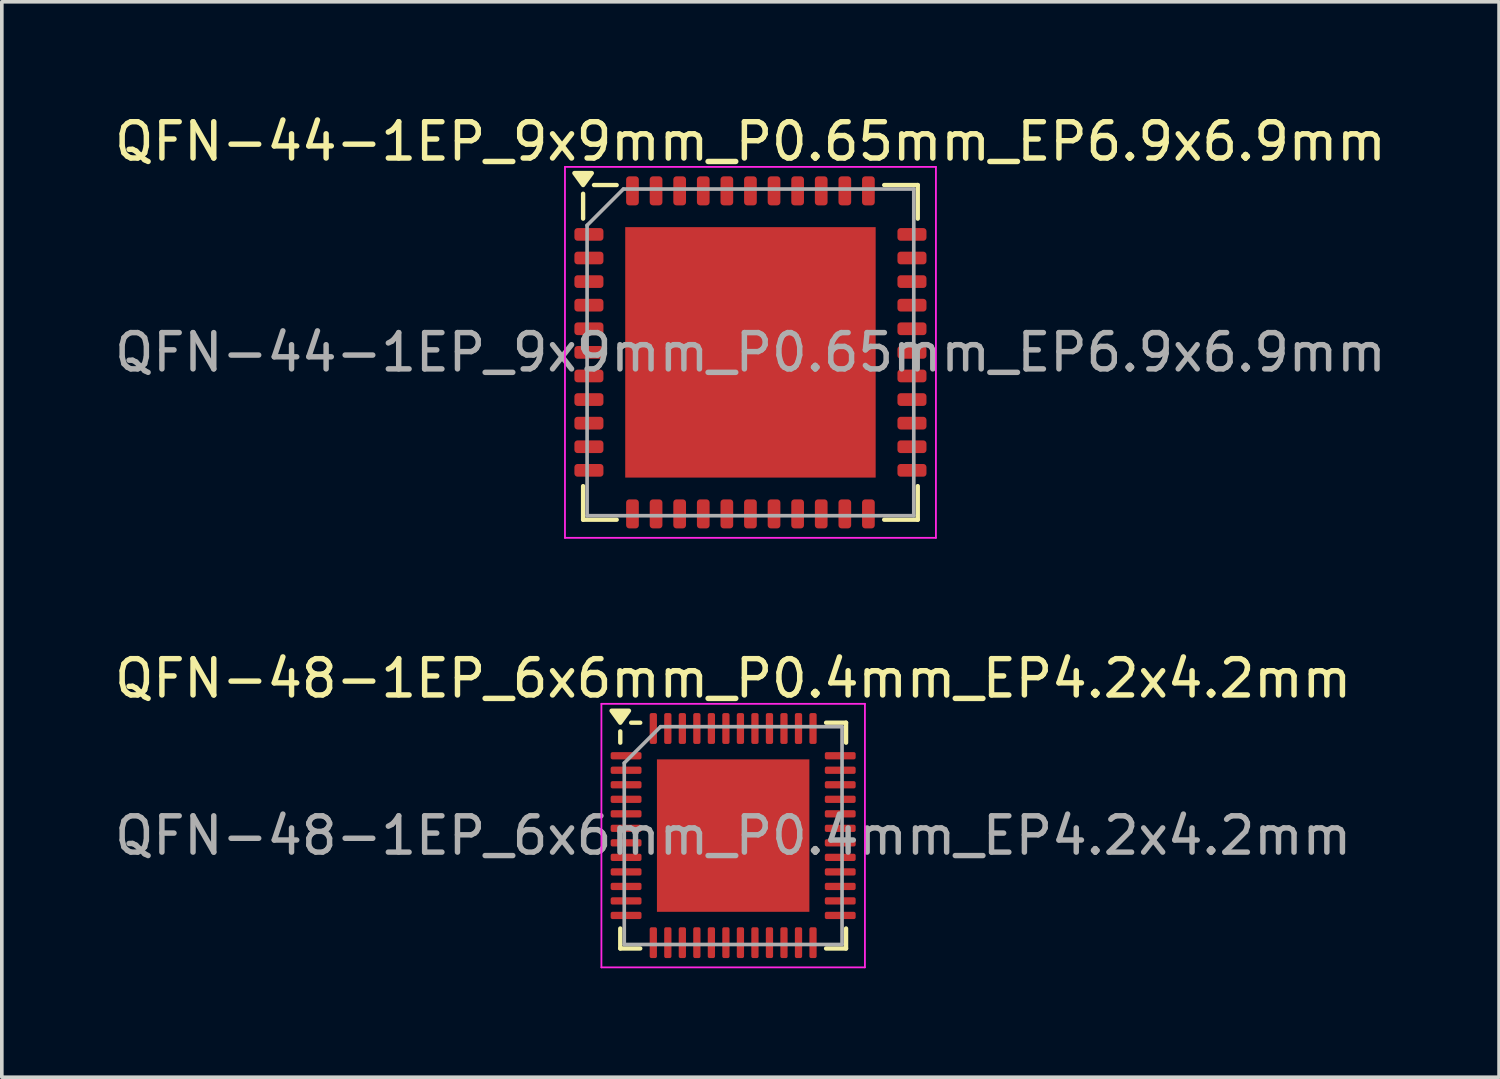
<source format=kicad_pcb>
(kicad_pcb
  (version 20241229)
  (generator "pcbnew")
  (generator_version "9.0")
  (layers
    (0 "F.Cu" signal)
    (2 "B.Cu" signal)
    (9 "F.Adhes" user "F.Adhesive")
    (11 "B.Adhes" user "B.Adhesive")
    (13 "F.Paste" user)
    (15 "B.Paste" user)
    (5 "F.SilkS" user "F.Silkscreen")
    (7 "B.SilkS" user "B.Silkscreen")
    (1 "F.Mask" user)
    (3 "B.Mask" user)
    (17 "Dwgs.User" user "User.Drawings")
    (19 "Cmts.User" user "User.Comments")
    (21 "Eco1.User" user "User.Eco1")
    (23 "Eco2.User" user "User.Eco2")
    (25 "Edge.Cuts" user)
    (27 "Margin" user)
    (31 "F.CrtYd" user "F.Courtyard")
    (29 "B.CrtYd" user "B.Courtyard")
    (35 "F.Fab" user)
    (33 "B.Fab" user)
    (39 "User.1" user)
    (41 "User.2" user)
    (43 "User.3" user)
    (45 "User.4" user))
  (footprint "QFN-48-1EP_6x6mm_P0.4mm_EP4.2x4.2mm"
    (layer "F.Cu")
    (at 17.149 19.971)
    (property "Reference" "QFN-48-1EP_6x6mm_P0.4mm_EP4.2x4.2mm" (at 0 -4.33 0) (layer "F.SilkS") (effects (font (size 1 1) (thickness 0.15))))
    (attr smd)
    (fp_line (start -3.11 -2.56) (end -3.11 -2.87) (stroke (width 0.12) (type solid)) (layer "F.SilkS"))
    (fp_line (start -3.11 3.11) (end -3.11 2.56) (stroke (width 0.12) (type solid)) (layer "F.SilkS"))
    (fp_line (start -2.56 -3.11) (end -2.81 -3.11) (stroke (width 0.12) (type solid)) (layer "F.SilkS"))
    (fp_line (start -2.56 3.11) (end -3.11 3.11) (stroke (width 0.12) (type solid)) (layer "F.SilkS"))
    (fp_line (start 2.56 -3.11) (end 3.11 -3.11) (stroke (width 0.12) (type solid)) (layer "F.SilkS"))
    (fp_line (start 2.56 3.11) (end 3.11 3.11) (stroke (width 0.12) (type solid)) (layer "F.SilkS"))
    (fp_line (start 3.11 -3.11) (end 3.11 -2.56) (stroke (width 0.12) (type solid)) (layer "F.SilkS"))
    (fp_line (start 3.11 3.11) (end 3.11 2.56) (stroke (width 0.12) (type solid)) (layer "F.SilkS"))
    (fp_poly (pts (xy -3.11 -3.11) (xy -3.35 -3.44) (xy -2.87 -3.44) (xy -3.11 -3.11)) (stroke (width 0.12) (type solid)) (fill yes) (layer "F.SilkS"))
    (fp_line (start -3.63 -3.63) (end -3.63 3.63) (stroke (width 0.05) (type solid)) (layer "F.CrtYd"))
    (fp_line (start -3.63 3.63) (end 3.63 3.63) (stroke (width 0.05) (type solid)) (layer "F.CrtYd"))
    (fp_line (start 3.63 -3.63) (end -3.63 -3.63) (stroke (width 0.05) (type solid)) (layer "F.CrtYd"))
    (fp_line (start 3.63 3.63) (end 3.63 -3.63) (stroke (width 0.05) (type solid)) (layer "F.CrtYd"))
    (fp_line (start -3 -2) (end -2 -3) (stroke (width 0.1) (type solid)) (layer "F.Fab"))
    (fp_line (start -3 3) (end -3 -2) (stroke (width 0.1) (type solid)) (layer "F.Fab"))
    (fp_line (start -2 -3) (end 3 -3) (stroke (width 0.1) (type solid)) (layer "F.Fab"))
    (fp_line (start 3 -3) (end 3 3) (stroke (width 0.1) (type solid)) (layer "F.Fab"))
    (fp_line (start 3 3) (end -3 3) (stroke (width 0.1) (type solid)) (layer "F.Fab"))
    (fp_text user "${REFERENCE}" (at 0 0 0) (layer "F.Fab") (effects (font (size 1 1) (thickness 0.15))))
    (pad "" smd roundrect (at -1.4 -1.4) (size 1.13 1.13) (layers "F.Paste") (roundrect_rratio 0.221))
    (pad "" smd roundrect (at -1.4 0) (size 1.13 1.13) (layers "F.Paste") (roundrect_rratio 0.221))
    (pad "" smd roundrect (at -1.4 1.4) (size 1.13 1.13) (layers "F.Paste") (roundrect_rratio 0.221))
    (pad "" smd roundrect (at 0 -1.4) (size 1.13 1.13) (layers "F.Paste") (roundrect_rratio 0.221))
    (pad "" smd roundrect (at 0 0) (size 1.13 1.13) (layers "F.Paste") (roundrect_rratio 0.221))
    (pad "" smd roundrect (at 0 1.4) (size 1.13 1.13) (layers "F.Paste") (roundrect_rratio 0.221))
    (pad "" smd roundrect (at 1.4 -1.4) (size 1.13 1.13) (layers "F.Paste") (roundrect_rratio 0.221))
    (pad "" smd roundrect (at 1.4 0) (size 1.13 1.13) (layers "F.Paste") (roundrect_rratio 0.221))
    (pad "" smd roundrect (at 1.4 1.4) (size 1.13 1.13) (layers "F.Paste") (roundrect_rratio 0.221))
    (pad "1" smd roundrect (at -2.95 -2.2) (size 0.85 0.2) (layers "F.Cu" "F.Mask" "F.Paste") (roundrect_rratio 0.25))
    (pad "2" smd roundrect (at -2.95 -1.8) (size 0.85 0.2) (layers "F.Cu" "F.Mask" "F.Paste") (roundrect_rratio 0.25))
    (pad "3" smd roundrect (at -2.95 -1.4) (size 0.85 0.2) (layers "F.Cu" "F.Mask" "F.Paste") (roundrect_rratio 0.25))
    (pad "4" smd roundrect (at -2.95 -1) (size 0.85 0.2) (layers "F.Cu" "F.Mask" "F.Paste") (roundrect_rratio 0.25))
    (pad "5" smd roundrect (at -2.95 -0.6) (size 0.85 0.2) (layers "F.Cu" "F.Mask" "F.Paste") (roundrect_rratio 0.25))
    (pad "6" smd roundrect (at -2.95 -0.2) (size 0.85 0.2) (layers "F.Cu" "F.Mask" "F.Paste") (roundrect_rratio 0.25))
    (pad "7" smd roundrect (at -2.95 0.2) (size 0.85 0.2) (layers "F.Cu" "F.Mask" "F.Paste") (roundrect_rratio 0.25))
    (pad "8" smd roundrect (at -2.95 0.6) (size 0.85 0.2) (layers "F.Cu" "F.Mask" "F.Paste") (roundrect_rratio 0.25))
    (pad "9" smd roundrect (at -2.95 1) (size 0.85 0.2) (layers "F.Cu" "F.Mask" "F.Paste") (roundrect_rratio 0.25))
    (pad "10" smd roundrect (at -2.95 1.4) (size 0.85 0.2) (layers "F.Cu" "F.Mask" "F.Paste") (roundrect_rratio 0.25))
    (pad "11" smd roundrect (at -2.95 1.8) (size 0.85 0.2) (layers "F.Cu" "F.Mask" "F.Paste") (roundrect_rratio 0.25))
    (pad "12" smd roundrect (at -2.95 2.2) (size 0.85 0.2) (layers "F.Cu" "F.Mask" "F.Paste") (roundrect_rratio 0.25))
    (pad "13" smd roundrect (at -2.2 2.95) (size 0.2 0.85) (layers "F.Cu" "F.Mask" "F.Paste") (roundrect_rratio 0.25))
    (pad "14" smd roundrect (at -1.8 2.95) (size 0.2 0.85) (layers "F.Cu" "F.Mask" "F.Paste") (roundrect_rratio 0.25))
    (pad "15" smd roundrect (at -1.4 2.95) (size 0.2 0.85) (layers "F.Cu" "F.Mask" "F.Paste") (roundrect_rratio 0.25))
    (pad "16" smd roundrect (at -1 2.95) (size 0.2 0.85) (layers "F.Cu" "F.Mask" "F.Paste") (roundrect_rratio 0.25))
    (pad "17" smd roundrect (at -0.6 2.95) (size 0.2 0.85) (layers "F.Cu" "F.Mask" "F.Paste") (roundrect_rratio 0.25))
    (pad "18" smd roundrect (at -0.2 2.95) (size 0.2 0.85) (layers "F.Cu" "F.Mask" "F.Paste") (roundrect_rratio 0.25))
    (pad "19" smd roundrect (at 0.2 2.95) (size 0.2 0.85) (layers "F.Cu" "F.Mask" "F.Paste") (roundrect_rratio 0.25))
    (pad "20" smd roundrect (at 0.6 2.95) (size 0.2 0.85) (layers "F.Cu" "F.Mask" "F.Paste") (roundrect_rratio 0.25))
    (pad "21" smd roundrect (at 1 2.95) (size 0.2 0.85) (layers "F.Cu" "F.Mask" "F.Paste") (roundrect_rratio 0.25))
    (pad "22" smd roundrect (at 1.4 2.95) (size 0.2 0.85) (layers "F.Cu" "F.Mask" "F.Paste") (roundrect_rratio 0.25))
    (pad "23" smd roundrect (at 1.8 2.95) (size 0.2 0.85) (layers "F.Cu" "F.Mask" "F.Paste") (roundrect_rratio 0.25))
    (pad "24" smd roundrect (at 2.2 2.95) (size 0.2 0.85) (layers "F.Cu" "F.Mask" "F.Paste") (roundrect_rratio 0.25))
    (pad "25" smd roundrect (at 2.95 2.2) (size 0.85 0.2) (layers "F.Cu" "F.Mask" "F.Paste") (roundrect_rratio 0.25))
    (pad "26" smd roundrect (at 2.95 1.8) (size 0.85 0.2) (layers "F.Cu" "F.Mask" "F.Paste") (roundrect_rratio 0.25))
    (pad "27" smd roundrect (at 2.95 1.4) (size 0.85 0.2) (layers "F.Cu" "F.Mask" "F.Paste") (roundrect_rratio 0.25))
    (pad "28" smd roundrect (at 2.95 1) (size 0.85 0.2) (layers "F.Cu" "F.Mask" "F.Paste") (roundrect_rratio 0.25))
    (pad "29" smd roundrect (at 2.95 0.6) (size 0.85 0.2) (layers "F.Cu" "F.Mask" "F.Paste") (roundrect_rratio 0.25))
    (pad "30" smd roundrect (at 2.95 0.2) (size 0.85 0.2) (layers "F.Cu" "F.Mask" "F.Paste") (roundrect_rratio 0.25))
    (pad "31" smd roundrect (at 2.95 -0.2) (size 0.85 0.2) (layers "F.Cu" "F.Mask" "F.Paste") (roundrect_rratio 0.25))
    (pad "32" smd roundrect (at 2.95 -0.6) (size 0.85 0.2) (layers "F.Cu" "F.Mask" "F.Paste") (roundrect_rratio 0.25))
    (pad "33" smd roundrect (at 2.95 -1) (size 0.85 0.2) (layers "F.Cu" "F.Mask" "F.Paste") (roundrect_rratio 0.25))
    (pad "34" smd roundrect (at 2.95 -1.4) (size 0.85 0.2) (layers "F.Cu" "F.Mask" "F.Paste") (roundrect_rratio 0.25))
    (pad "35" smd roundrect (at 2.95 -1.8) (size 0.85 0.2) (layers "F.Cu" "F.Mask" "F.Paste") (roundrect_rratio 0.25))
    (pad "36" smd roundrect (at 2.95 -2.2) (size 0.85 0.2) (layers "F.Cu" "F.Mask" "F.Paste") (roundrect_rratio 0.25))
    (pad "37" smd roundrect (at 2.2 -2.95) (size 0.2 0.85) (layers "F.Cu" "F.Mask" "F.Paste") (roundrect_rratio 0.25))
    (pad "38" smd roundrect (at 1.8 -2.95) (size 0.2 0.85) (layers "F.Cu" "F.Mask" "F.Paste") (roundrect_rratio 0.25))
    (pad "39" smd roundrect (at 1.4 -2.95) (size 0.2 0.85) (layers "F.Cu" "F.Mask" "F.Paste") (roundrect_rratio 0.25))
    (pad "40" smd roundrect (at 1 -2.95) (size 0.2 0.85) (layers "F.Cu" "F.Mask" "F.Paste") (roundrect_rratio 0.25))
    (pad "41" smd roundrect (at 0.6 -2.95) (size 0.2 0.85) (layers "F.Cu" "F.Mask" "F.Paste") (roundrect_rratio 0.25))
    (pad "42" smd roundrect (at 0.2 -2.95) (size 0.2 0.85) (layers "F.Cu" "F.Mask" "F.Paste") (roundrect_rratio 0.25))
    (pad "43" smd roundrect (at -0.2 -2.95) (size 0.2 0.85) (layers "F.Cu" "F.Mask" "F.Paste") (roundrect_rratio 0.25))
    (pad "44" smd roundrect (at -0.6 -2.95) (size 0.2 0.85) (layers "F.Cu" "F.Mask" "F.Paste") (roundrect_rratio 0.25))
    (pad "45" smd roundrect (at -1 -2.95) (size 0.2 0.85) (layers "F.Cu" "F.Mask" "F.Paste") (roundrect_rratio 0.25))
    (pad "46" smd roundrect (at -1.4 -2.95) (size 0.2 0.85) (layers "F.Cu" "F.Mask" "F.Paste") (roundrect_rratio 0.25))
    (pad "47" smd roundrect (at -1.8 -2.95) (size 0.2 0.85) (layers "F.Cu" "F.Mask" "F.Paste") (roundrect_rratio 0.25))
    (pad "48" smd roundrect (at -2.2 -2.95) (size 0.2 0.85) (layers "F.Cu" "F.Mask" "F.Paste") (roundrect_rratio 0.25))
    (pad "49" smd rect (at 0 0) (size 4.2 4.2) (property pad_prop_heatsink) (layers "F.Cu" "F.Mask")))
  (footprint "QFN-44-1EP_9x9mm_P0.65mm_EP6.9x6.9mm"
    (layer "F.Cu")
    (at 17.625 6.658)
    (property "Reference" "QFN-44-1EP_9x9mm_P0.65mm_EP6.9x6.9mm" (at 0 -5.81 0) (layer "F.SilkS") (effects (font (size 1 1) (thickness 0.15))))
    (attr smd)
    (fp_line (start -4.61 -3.685) (end -4.61 -4.37) (stroke (width 0.12) (type solid)) (layer "F.SilkS"))
    (fp_line (start -4.61 4.61) (end -4.61 3.685) (stroke (width 0.12) (type solid)) (layer "F.SilkS"))
    (fp_line (start -3.685 -4.61) (end -4.31 -4.61) (stroke (width 0.12) (type solid)) (layer "F.SilkS"))
    (fp_line (start -3.685 4.61) (end -4.61 4.61) (stroke (width 0.12) (type solid)) (layer "F.SilkS"))
    (fp_line (start 3.685 -4.61) (end 4.61 -4.61) (stroke (width 0.12) (type solid)) (layer "F.SilkS"))
    (fp_line (start 3.685 4.61) (end 4.61 4.61) (stroke (width 0.12) (type solid)) (layer "F.SilkS"))
    (fp_line (start 4.61 -4.61) (end 4.61 -3.685) (stroke (width 0.12) (type solid)) (layer "F.SilkS"))
    (fp_line (start 4.61 4.61) (end 4.61 3.685) (stroke (width 0.12) (type solid)) (layer "F.SilkS"))
    (fp_poly (pts (xy -4.61 -4.61) (xy -4.85 -4.94) (xy -4.37 -4.94) (xy -4.61 -4.61)) (stroke (width 0.12) (type solid)) (fill yes) (layer "F.SilkS"))
    (fp_line (start -5.11 -5.11) (end -5.11 5.11) (stroke (width 0.05) (type solid)) (layer "F.CrtYd"))
    (fp_line (start -5.11 5.11) (end 5.11 5.11) (stroke (width 0.05) (type solid)) (layer "F.CrtYd"))
    (fp_line (start 5.11 -5.11) (end -5.11 -5.11) (stroke (width 0.05) (type solid)) (layer "F.CrtYd"))
    (fp_line (start 5.11 5.11) (end 5.11 -5.11) (stroke (width 0.05) (type solid)) (layer "F.CrtYd"))
    (fp_line (start -4.5 -3.5) (end -3.5 -4.5) (stroke (width 0.1) (type solid)) (layer "F.Fab"))
    (fp_line (start -4.5 4.5) (end -4.5 -3.5) (stroke (width 0.1) (type solid)) (layer "F.Fab"))
    (fp_line (start -3.5 -4.5) (end 4.5 -4.5) (stroke (width 0.1) (type solid)) (layer "F.Fab"))
    (fp_line (start 4.5 -4.5) (end 4.5 4.5) (stroke (width 0.1) (type solid)) (layer "F.Fab"))
    (fp_line (start 4.5 4.5) (end -4.5 4.5) (stroke (width 0.1) (type solid)) (layer "F.Fab"))
    (fp_text user "${REFERENCE}" (at 0 0 0) (layer "F.Fab") (effects (font (size 1 1) (thickness 0.15))))
    (pad "" smd roundrect (at -1.725 -1.725) (size 2.78 2.78) (layers "F.Paste") (roundrect_rratio 0.09))
    (pad "" smd roundrect (at -1.725 1.725) (size 2.78 2.78) (layers "F.Paste") (roundrect_rratio 0.09))
    (pad "" smd roundrect (at 1.725 -1.725) (size 2.78 2.78) (layers "F.Paste") (roundrect_rratio 0.09))
    (pad "" smd roundrect (at 1.725 1.725) (size 2.78 2.78) (layers "F.Paste") (roundrect_rratio 0.09))
    (pad "1" smd roundrect (at -4.45 -3.25) (size 0.8 0.35) (layers "F.Cu" "F.Mask" "F.Paste") (roundrect_rratio 0.25))
    (pad "2" smd roundrect (at -4.45 -2.6) (size 0.8 0.35) (layers "F.Cu" "F.Mask" "F.Paste") (roundrect_rratio 0.25))
    (pad "3" smd roundrect (at -4.45 -1.95) (size 0.8 0.35) (layers "F.Cu" "F.Mask" "F.Paste") (roundrect_rratio 0.25))
    (pad "4" smd roundrect (at -4.45 -1.3) (size 0.8 0.35) (layers "F.Cu" "F.Mask" "F.Paste") (roundrect_rratio 0.25))
    (pad "5" smd roundrect (at -4.45 -0.65) (size 0.8 0.35) (layers "F.Cu" "F.Mask" "F.Paste") (roundrect_rratio 0.25))
    (pad "6" smd roundrect (at -4.45 0) (size 0.8 0.35) (layers "F.Cu" "F.Mask" "F.Paste") (roundrect_rratio 0.25))
    (pad "7" smd roundrect (at -4.45 0.65) (size 0.8 0.35) (layers "F.Cu" "F.Mask" "F.Paste") (roundrect_rratio 0.25))
    (pad "8" smd roundrect (at -4.45 1.3) (size 0.8 0.35) (layers "F.Cu" "F.Mask" "F.Paste") (roundrect_rratio 0.25))
    (pad "9" smd roundrect (at -4.45 1.95) (size 0.8 0.35) (layers "F.Cu" "F.Mask" "F.Paste") (roundrect_rratio 0.25))
    (pad "10" smd roundrect (at -4.45 2.6) (size 0.8 0.35) (layers "F.Cu" "F.Mask" "F.Paste") (roundrect_rratio 0.25))
    (pad "11" smd roundrect (at -4.45 3.25) (size 0.8 0.35) (layers "F.Cu" "F.Mask" "F.Paste") (roundrect_rratio 0.25))
    (pad "12" smd roundrect (at -3.25 4.45) (size 0.35 0.8) (layers "F.Cu" "F.Mask" "F.Paste") (roundrect_rratio 0.25))
    (pad "13" smd roundrect (at -2.6 4.45) (size 0.35 0.8) (layers "F.Cu" "F.Mask" "F.Paste") (roundrect_rratio 0.25))
    (pad "14" smd roundrect (at -1.95 4.45) (size 0.35 0.8) (layers "F.Cu" "F.Mask" "F.Paste") (roundrect_rratio 0.25))
    (pad "15" smd roundrect (at -1.3 4.45) (size 0.35 0.8) (layers "F.Cu" "F.Mask" "F.Paste") (roundrect_rratio 0.25))
    (pad "16" smd roundrect (at -0.65 4.45) (size 0.35 0.8) (layers "F.Cu" "F.Mask" "F.Paste") (roundrect_rratio 0.25))
    (pad "17" smd roundrect (at 0 4.45) (size 0.35 0.8) (layers "F.Cu" "F.Mask" "F.Paste") (roundrect_rratio 0.25))
    (pad "18" smd roundrect (at 0.65 4.45) (size 0.35 0.8) (layers "F.Cu" "F.Mask" "F.Paste") (roundrect_rratio 0.25))
    (pad "19" smd roundrect (at 1.3 4.45) (size 0.35 0.8) (layers "F.Cu" "F.Mask" "F.Paste") (roundrect_rratio 0.25))
    (pad "20" smd roundrect (at 1.95 4.45) (size 0.35 0.8) (layers "F.Cu" "F.Mask" "F.Paste") (roundrect_rratio 0.25))
    (pad "21" smd roundrect (at 2.6 4.45) (size 0.35 0.8) (layers "F.Cu" "F.Mask" "F.Paste") (roundrect_rratio 0.25))
    (pad "22" smd roundrect (at 3.25 4.45) (size 0.35 0.8) (layers "F.Cu" "F.Mask" "F.Paste") (roundrect_rratio 0.25))
    (pad "23" smd roundrect (at 4.45 3.25) (size 0.8 0.35) (layers "F.Cu" "F.Mask" "F.Paste") (roundrect_rratio 0.25))
    (pad "24" smd roundrect (at 4.45 2.6) (size 0.8 0.35) (layers "F.Cu" "F.Mask" "F.Paste") (roundrect_rratio 0.25))
    (pad "25" smd roundrect (at 4.45 1.95) (size 0.8 0.35) (layers "F.Cu" "F.Mask" "F.Paste") (roundrect_rratio 0.25))
    (pad "26" smd roundrect (at 4.45 1.3) (size 0.8 0.35) (layers "F.Cu" "F.Mask" "F.Paste") (roundrect_rratio 0.25))
    (pad "27" smd roundrect (at 4.45 0.65) (size 0.8 0.35) (layers "F.Cu" "F.Mask" "F.Paste") (roundrect_rratio 0.25))
    (pad "28" smd roundrect (at 4.45 0) (size 0.8 0.35) (layers "F.Cu" "F.Mask" "F.Paste") (roundrect_rratio 0.25))
    (pad "29" smd roundrect (at 4.45 -0.65) (size 0.8 0.35) (layers "F.Cu" "F.Mask" "F.Paste") (roundrect_rratio 0.25))
    (pad "30" smd roundrect (at 4.45 -1.3) (size 0.8 0.35) (layers "F.Cu" "F.Mask" "F.Paste") (roundrect_rratio 0.25))
    (pad "31" smd roundrect (at 4.45 -1.95) (size 0.8 0.35) (layers "F.Cu" "F.Mask" "F.Paste") (roundrect_rratio 0.25))
    (pad "32" smd roundrect (at 4.45 -2.6) (size 0.8 0.35) (layers "F.Cu" "F.Mask" "F.Paste") (roundrect_rratio 0.25))
    (pad "33" smd roundrect (at 4.45 -3.25) (size 0.8 0.35) (layers "F.Cu" "F.Mask" "F.Paste") (roundrect_rratio 0.25))
    (pad "34" smd roundrect (at 3.25 -4.45) (size 0.35 0.8) (layers "F.Cu" "F.Mask" "F.Paste") (roundrect_rratio 0.25))
    (pad "35" smd roundrect (at 2.6 -4.45) (size 0.35 0.8) (layers "F.Cu" "F.Mask" "F.Paste") (roundrect_rratio 0.25))
    (pad "36" smd roundrect (at 1.95 -4.45) (size 0.35 0.8) (layers "F.Cu" "F.Mask" "F.Paste") (roundrect_rratio 0.25))
    (pad "37" smd roundrect (at 1.3 -4.45) (size 0.35 0.8) (layers "F.Cu" "F.Mask" "F.Paste") (roundrect_rratio 0.25))
    (pad "38" smd roundrect (at 0.65 -4.45) (size 0.35 0.8) (layers "F.Cu" "F.Mask" "F.Paste") (roundrect_rratio 0.25))
    (pad "39" smd roundrect (at 0 -4.45) (size 0.35 0.8) (layers "F.Cu" "F.Mask" "F.Paste") (roundrect_rratio 0.25))
    (pad "40" smd roundrect (at -0.65 -4.45) (size 0.35 0.8) (layers "F.Cu" "F.Mask" "F.Paste") (roundrect_rratio 0.25))
    (pad "41" smd roundrect (at -1.3 -4.45) (size 0.35 0.8) (layers "F.Cu" "F.Mask" "F.Paste") (roundrect_rratio 0.25))
    (pad "42" smd roundrect (at -1.95 -4.45) (size 0.35 0.8) (layers "F.Cu" "F.Mask" "F.Paste") (roundrect_rratio 0.25))
    (pad "43" smd roundrect (at -2.6 -4.45) (size 0.35 0.8) (layers "F.Cu" "F.Mask" "F.Paste") (roundrect_rratio 0.25))
    (pad "44" smd roundrect (at -3.25 -4.45) (size 0.35 0.8) (layers "F.Cu" "F.Mask" "F.Paste") (roundrect_rratio 0.25))
    (pad "45" smd rect (at 0 0) (size 6.9 6.9) (property pad_prop_heatsink) (layers "F.Cu" "F.Mask")))
  (gr_rect
    (start -3 -3)
    (end 38.25 26.627)
    (stroke (width 0.1) (type default))
    (fill no)
    (layer "Edge.Cuts")))
</source>
